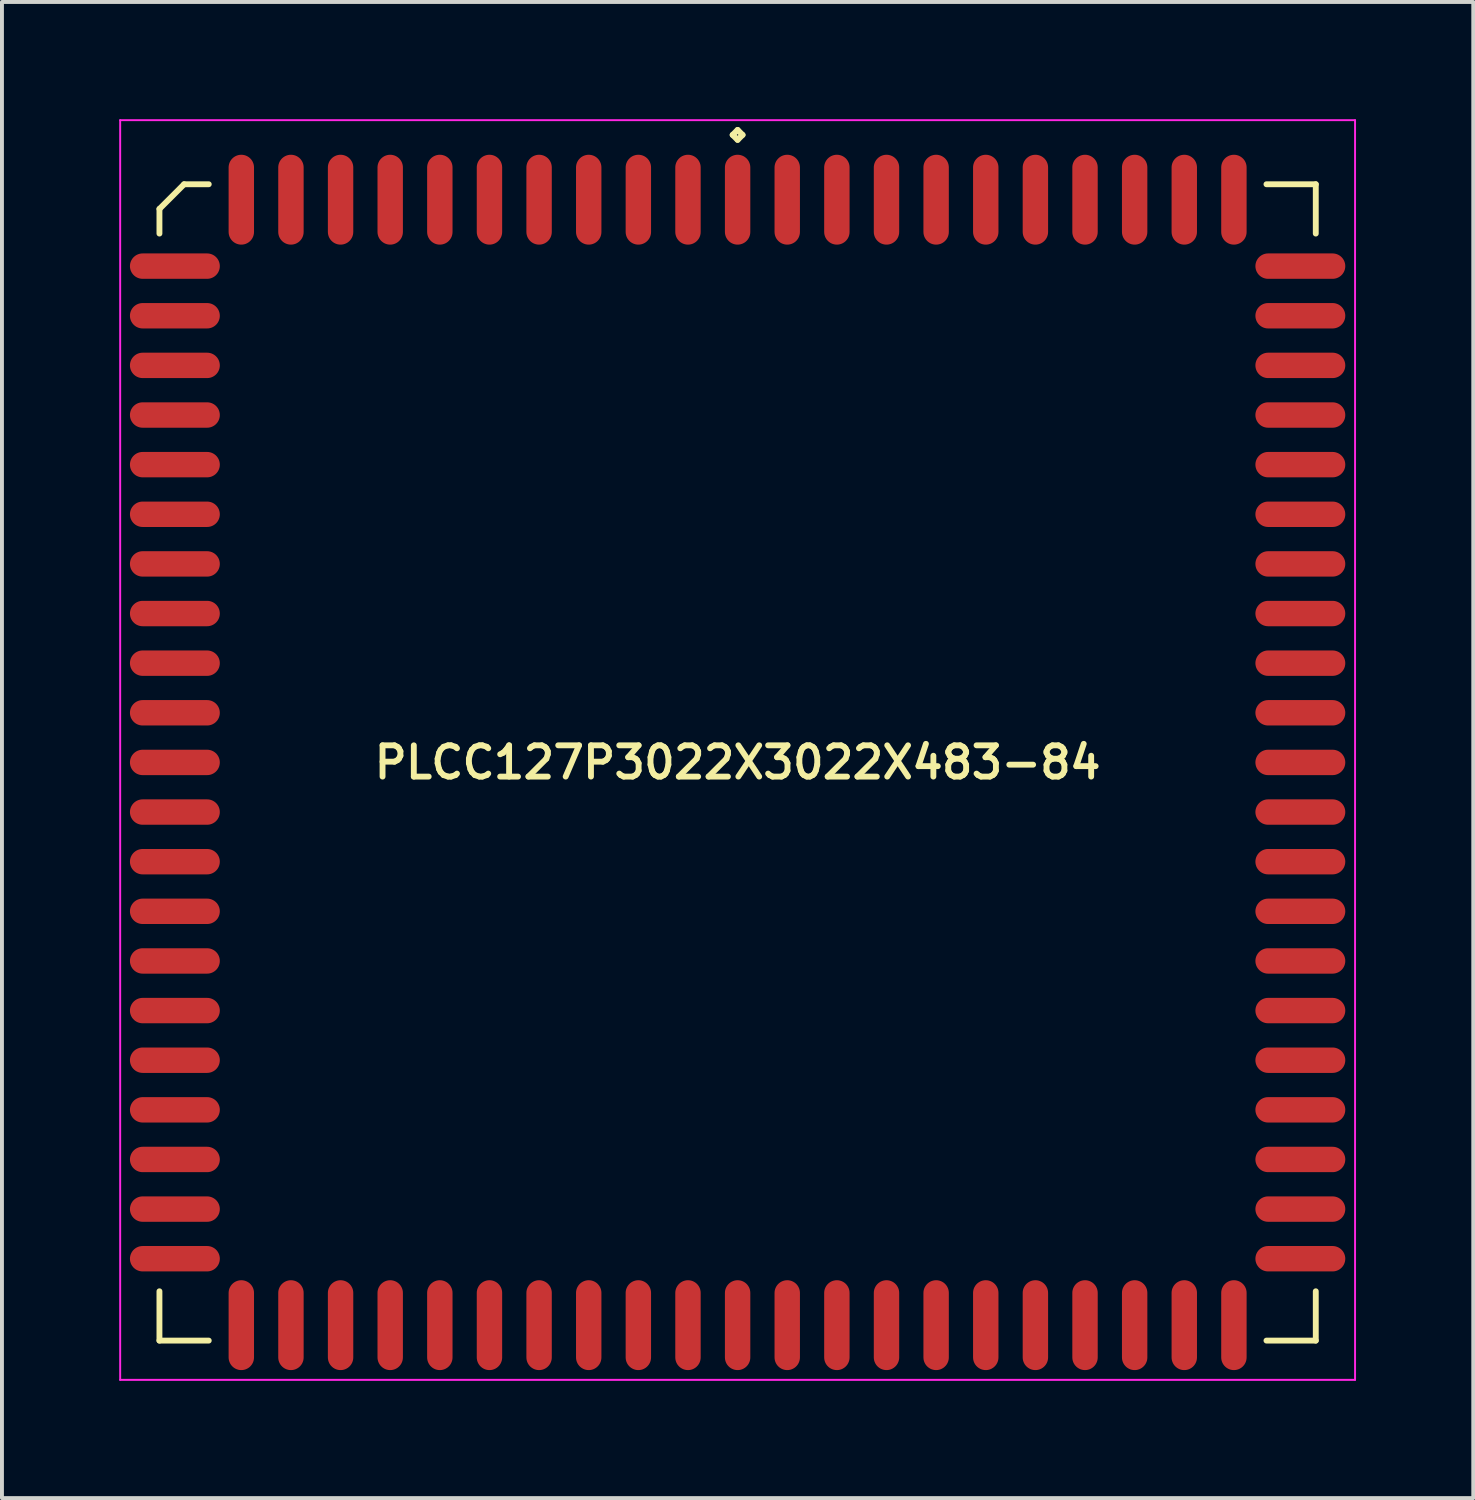
<source format=kicad_pcb>
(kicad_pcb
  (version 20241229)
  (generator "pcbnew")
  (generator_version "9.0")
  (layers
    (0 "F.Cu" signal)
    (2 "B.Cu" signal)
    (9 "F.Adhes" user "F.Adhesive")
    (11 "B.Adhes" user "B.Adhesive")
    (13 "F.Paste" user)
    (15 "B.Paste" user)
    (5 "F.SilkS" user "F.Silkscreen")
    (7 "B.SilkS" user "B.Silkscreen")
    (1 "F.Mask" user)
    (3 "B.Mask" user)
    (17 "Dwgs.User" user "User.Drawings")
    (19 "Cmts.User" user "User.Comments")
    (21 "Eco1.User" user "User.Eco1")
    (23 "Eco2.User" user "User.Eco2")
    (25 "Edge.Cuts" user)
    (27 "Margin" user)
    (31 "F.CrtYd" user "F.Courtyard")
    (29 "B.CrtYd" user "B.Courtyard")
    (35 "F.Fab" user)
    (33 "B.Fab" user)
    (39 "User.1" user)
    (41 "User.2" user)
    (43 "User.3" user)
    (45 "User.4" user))
  (footprint "PLCC127P3022X3022X483-84"
    (layer "F.Cu")
    (at 15.825 16.46)
    (property "Reference" "PLCC127P3022X3022X483-84" (at 0 0 0) (layer "F.SilkS") (effects (font (size 0.8 0.8) (thickness 0.15))))
    (attr smd)
    (fp_line (start -14.795 -14.164) (end -14.164 -14.795) (stroke (width 0.15) (type solid)) (layer "F.SilkS"))
    (fp_line (start -14.795 -13.533) (end -14.795 -14.164) (stroke (width 0.15) (type solid)) (layer "F.SilkS"))
    (fp_line (start -14.795 13.533) (end -14.795 14.795) (stroke (width 0.15) (type solid)) (layer "F.SilkS"))
    (fp_line (start -14.795 14.795) (end -13.533 14.795) (stroke (width 0.15) (type solid)) (layer "F.SilkS"))
    (fp_line (start -14.164 -14.795) (end -13.533 -14.795) (stroke (width 0.15) (type solid)) (layer "F.SilkS"))
    (fp_line (start -0.127 -16.058) (end 0 -16.185) (stroke (width 0.15) (type solid)) (layer "F.SilkS"))
    (fp_line (start 0 -16.185) (end 0.127 -16.058) (stroke (width 0.15) (type solid)) (layer "F.SilkS"))
    (fp_line (start 0 -15.931) (end -0.127 -16.058) (stroke (width 0.15) (type solid)) (layer "F.SilkS"))
    (fp_line (start 0.127 -16.058) (end 0 -15.931) (stroke (width 0.15) (type solid)) (layer "F.SilkS"))
    (fp_line (start 14.795 -14.795) (end 13.533 -14.795) (stroke (width 0.15) (type solid)) (layer "F.SilkS"))
    (fp_line (start 14.795 -13.533) (end 14.795 -14.795) (stroke (width 0.15) (type solid)) (layer "F.SilkS"))
    (fp_line (start 14.795 13.533) (end 14.795 14.795) (stroke (width 0.15) (type solid)) (layer "F.SilkS"))
    (fp_line (start 14.795 14.795) (end 13.533 14.795) (stroke (width 0.15) (type solid)) (layer "F.SilkS"))
    (fp_line (start -15.8 -16.435) (end 15.8 -16.435) (stroke (width 0.05) (type solid)) (layer "F.CrtYd"))
    (fp_line (start -15.8 15.8) (end -15.8 -16.435) (stroke (width 0.05) (type solid)) (layer "F.CrtYd"))
    (fp_line (start 15.8 -16.435) (end 15.8 15.8) (stroke (width 0.05) (type solid)) (layer "F.CrtYd"))
    (fp_line (start 15.8 15.8) (end -15.8 15.8) (stroke (width 0.05) (type solid)) (layer "F.CrtYd"))
    (pad "1" smd oval (at 0 -14.4) (size 0.65 2.3) (layers "F.Cu" "F.Mask" "F.Paste"))
    (pad "2" smd oval (at -1.27 -14.4) (size 0.65 2.3) (layers "F.Cu" "F.Mask" "F.Paste"))
    (pad "3" smd oval (at -2.54 -14.4) (size 0.65 2.3) (layers "F.Cu" "F.Mask" "F.Paste"))
    (pad "4" smd oval (at -3.81 -14.4) (size 0.65 2.3) (layers "F.Cu" "F.Mask" "F.Paste"))
    (pad "5" smd oval (at -5.08 -14.4) (size 0.65 2.3) (layers "F.Cu" "F.Mask" "F.Paste"))
    (pad "6" smd oval (at -6.35 -14.4) (size 0.65 2.3) (layers "F.Cu" "F.Mask" "F.Paste"))
    (pad "7" smd oval (at -7.62 -14.4) (size 0.65 2.3) (layers "F.Cu" "F.Mask" "F.Paste"))
    (pad "8" smd oval (at -8.89 -14.4) (size 0.65 2.3) (layers "F.Cu" "F.Mask" "F.Paste"))
    (pad "9" smd oval (at -10.16 -14.4) (size 0.65 2.3) (layers "F.Cu" "F.Mask" "F.Paste"))
    (pad "10" smd oval (at -11.43 -14.4) (size 0.65 2.3) (layers "F.Cu" "F.Mask" "F.Paste"))
    (pad "11" smd oval (at -12.7 -14.4) (size 0.65 2.3) (layers "F.Cu" "F.Mask" "F.Paste"))
    (pad "12" smd oval (at -14.4 -12.7) (size 2.3 0.65) (layers "F.Cu" "F.Mask" "F.Paste"))
    (pad "13" smd oval (at -14.4 -11.43) (size 2.3 0.65) (layers "F.Cu" "F.Mask" "F.Paste"))
    (pad "14" smd oval (at -14.4 -10.16) (size 2.3 0.65) (layers "F.Cu" "F.Mask" "F.Paste"))
    (pad "15" smd oval (at -14.4 -8.89) (size 2.3 0.65) (layers "F.Cu" "F.Mask" "F.Paste"))
    (pad "16" smd oval (at -14.4 -7.62) (size 2.3 0.65) (layers "F.Cu" "F.Mask" "F.Paste"))
    (pad "17" smd oval (at -14.4 -6.35) (size 2.3 0.65) (layers "F.Cu" "F.Mask" "F.Paste"))
    (pad "18" smd oval (at -14.4 -5.08) (size 2.3 0.65) (layers "F.Cu" "F.Mask" "F.Paste"))
    (pad "19" smd oval (at -14.4 -3.81) (size 2.3 0.65) (layers "F.Cu" "F.Mask" "F.Paste"))
    (pad "20" smd oval (at -14.4 -2.54) (size 2.3 0.65) (layers "F.Cu" "F.Mask" "F.Paste"))
    (pad "21" smd oval (at -14.4 -1.27) (size 2.3 0.65) (layers "F.Cu" "F.Mask" "F.Paste"))
    (pad "22" smd oval (at -14.4 0) (size 2.3 0.65) (layers "F.Cu" "F.Mask" "F.Paste"))
    (pad "23" smd oval (at -14.4 1.27) (size 2.3 0.65) (layers "F.Cu" "F.Mask" "F.Paste"))
    (pad "24" smd oval (at -14.4 2.54) (size 2.3 0.65) (layers "F.Cu" "F.Mask" "F.Paste"))
    (pad "25" smd oval (at -14.4 3.81) (size 2.3 0.65) (layers "F.Cu" "F.Mask" "F.Paste"))
    (pad "26" smd oval (at -14.4 5.08) (size 2.3 0.65) (layers "F.Cu" "F.Mask" "F.Paste"))
    (pad "27" smd oval (at -14.4 6.35) (size 2.3 0.65) (layers "F.Cu" "F.Mask" "F.Paste"))
    (pad "28" smd oval (at -14.4 7.62) (size 2.3 0.65) (layers "F.Cu" "F.Mask" "F.Paste"))
    (pad "29" smd oval (at -14.4 8.89) (size 2.3 0.65) (layers "F.Cu" "F.Mask" "F.Paste"))
    (pad "30" smd oval (at -14.4 10.16) (size 2.3 0.65) (layers "F.Cu" "F.Mask" "F.Paste"))
    (pad "31" smd oval (at -14.4 11.43) (size 2.3 0.65) (layers "F.Cu" "F.Mask" "F.Paste"))
    (pad "32" smd oval (at -14.4 12.7) (size 2.3 0.65) (layers "F.Cu" "F.Mask" "F.Paste"))
    (pad "33" smd oval (at -12.7 14.4) (size 0.65 2.3) (layers "F.Cu" "F.Mask" "F.Paste"))
    (pad "34" smd oval (at -11.43 14.4) (size 0.65 2.3) (layers "F.Cu" "F.Mask" "F.Paste"))
    (pad "35" smd oval (at -10.16 14.4) (size 0.65 2.3) (layers "F.Cu" "F.Mask" "F.Paste"))
    (pad "36" smd oval (at -8.89 14.4) (size 0.65 2.3) (layers "F.Cu" "F.Mask" "F.Paste"))
    (pad "37" smd oval (at -7.62 14.4) (size 0.65 2.3) (layers "F.Cu" "F.Mask" "F.Paste"))
    (pad "38" smd oval (at -6.35 14.4) (size 0.65 2.3) (layers "F.Cu" "F.Mask" "F.Paste"))
    (pad "39" smd oval (at -5.08 14.4) (size 0.65 2.3) (layers "F.Cu" "F.Mask" "F.Paste"))
    (pad "40" smd oval (at -3.81 14.4) (size 0.65 2.3) (layers "F.Cu" "F.Mask" "F.Paste"))
    (pad "41" smd oval (at -2.54 14.4) (size 0.65 2.3) (layers "F.Cu" "F.Mask" "F.Paste"))
    (pad "42" smd oval (at -1.27 14.4) (size 0.65 2.3) (layers "F.Cu" "F.Mask" "F.Paste"))
    (pad "43" smd oval (at 0 14.4) (size 0.65 2.3) (layers "F.Cu" "F.Mask" "F.Paste"))
    (pad "44" smd oval (at 1.27 14.4) (size 0.65 2.3) (layers "F.Cu" "F.Mask" "F.Paste"))
    (pad "45" smd oval (at 2.54 14.4) (size 0.65 2.3) (layers "F.Cu" "F.Mask" "F.Paste"))
    (pad "46" smd oval (at 3.81 14.4) (size 0.65 2.3) (layers "F.Cu" "F.Mask" "F.Paste"))
    (pad "47" smd oval (at 5.08 14.4) (size 0.65 2.3) (layers "F.Cu" "F.Mask" "F.Paste"))
    (pad "48" smd oval (at 6.35 14.4) (size 0.65 2.3) (layers "F.Cu" "F.Mask" "F.Paste"))
    (pad "49" smd oval (at 7.62 14.4) (size 0.65 2.3) (layers "F.Cu" "F.Mask" "F.Paste"))
    (pad "50" smd oval (at 8.89 14.4) (size 0.65 2.3) (layers "F.Cu" "F.Mask" "F.Paste"))
    (pad "51" smd oval (at 10.16 14.4) (size 0.65 2.3) (layers "F.Cu" "F.Mask" "F.Paste"))
    (pad "52" smd oval (at 11.43 14.4) (size 0.65 2.3) (layers "F.Cu" "F.Mask" "F.Paste"))
    (pad "53" smd oval (at 12.7 14.4) (size 0.65 2.3) (layers "F.Cu" "F.Mask" "F.Paste"))
    (pad "54" smd oval (at 14.4 12.7) (size 2.3 0.65) (layers "F.Cu" "F.Mask" "F.Paste"))
    (pad "55" smd oval (at 14.4 11.43) (size 2.3 0.65) (layers "F.Cu" "F.Mask" "F.Paste"))
    (pad "56" smd oval (at 14.4 10.16) (size 2.3 0.65) (layers "F.Cu" "F.Mask" "F.Paste"))
    (pad "57" smd oval (at 14.4 8.89) (size 2.3 0.65) (layers "F.Cu" "F.Mask" "F.Paste"))
    (pad "58" smd oval (at 14.4 7.62) (size 2.3 0.65) (layers "F.Cu" "F.Mask" "F.Paste"))
    (pad "59" smd oval (at 14.4 6.35) (size 2.3 0.65) (layers "F.Cu" "F.Mask" "F.Paste"))
    (pad "60" smd oval (at 14.4 5.08) (size 2.3 0.65) (layers "F.Cu" "F.Mask" "F.Paste"))
    (pad "61" smd oval (at 14.4 3.81) (size 2.3 0.65) (layers "F.Cu" "F.Mask" "F.Paste"))
    (pad "62" smd oval (at 14.4 2.54) (size 2.3 0.65) (layers "F.Cu" "F.Mask" "F.Paste"))
    (pad "63" smd oval (at 14.4 1.27) (size 2.3 0.65) (layers "F.Cu" "F.Mask" "F.Paste"))
    (pad "64" smd oval (at 14.4 0) (size 2.3 0.65) (layers "F.Cu" "F.Mask" "F.Paste"))
    (pad "65" smd oval (at 14.4 -1.27) (size 2.3 0.65) (layers "F.Cu" "F.Mask" "F.Paste"))
    (pad "66" smd oval (at 14.4 -2.54) (size 2.3 0.65) (layers "F.Cu" "F.Mask" "F.Paste"))
    (pad "67" smd oval (at 14.4 -3.81) (size 2.3 0.65) (layers "F.Cu" "F.Mask" "F.Paste"))
    (pad "68" smd oval (at 14.4 -5.08) (size 2.3 0.65) (layers "F.Cu" "F.Mask" "F.Paste"))
    (pad "69" smd oval (at 14.4 -6.35) (size 2.3 0.65) (layers "F.Cu" "F.Mask" "F.Paste"))
    (pad "70" smd oval (at 14.4 -7.62) (size 2.3 0.65) (layers "F.Cu" "F.Mask" "F.Paste"))
    (pad "71" smd oval (at 14.4 -8.89) (size 2.3 0.65) (layers "F.Cu" "F.Mask" "F.Paste"))
    (pad "72" smd oval (at 14.4 -10.16) (size 2.3 0.65) (layers "F.Cu" "F.Mask" "F.Paste"))
    (pad "73" smd oval (at 14.4 -11.43) (size 2.3 0.65) (layers "F.Cu" "F.Mask" "F.Paste"))
    (pad "74" smd oval (at 14.4 -12.7) (size 2.3 0.65) (layers "F.Cu" "F.Mask" "F.Paste"))
    (pad "75" smd oval (at 12.7 -14.4) (size 0.65 2.3) (layers "F.Cu" "F.Mask" "F.Paste"))
    (pad "76" smd oval (at 11.43 -14.4) (size 0.65 2.3) (layers "F.Cu" "F.Mask" "F.Paste"))
    (pad "77" smd oval (at 10.16 -14.4) (size 0.65 2.3) (layers "F.Cu" "F.Mask" "F.Paste"))
    (pad "78" smd oval (at 8.89 -14.4) (size 0.65 2.3) (layers "F.Cu" "F.Mask" "F.Paste"))
    (pad "79" smd oval (at 7.62 -14.4) (size 0.65 2.3) (layers "F.Cu" "F.Mask" "F.Paste"))
    (pad "80" smd oval (at 6.35 -14.4) (size 0.65 2.3) (layers "F.Cu" "F.Mask" "F.Paste"))
    (pad "81" smd oval (at 5.08 -14.4) (size 0.65 2.3) (layers "F.Cu" "F.Mask" "F.Paste"))
    (pad "82" smd oval (at 3.81 -14.4) (size 0.65 2.3) (layers "F.Cu" "F.Mask" "F.Paste"))
    (pad "83" smd oval (at 2.54 -14.4) (size 0.65 2.3) (layers "F.Cu" "F.Mask" "F.Paste"))
    (pad "84" smd oval (at 1.27 -14.4) (size 0.65 2.3) (layers "F.Cu" "F.Mask" "F.Paste")))
  (gr_rect
    (start -3 -3)
    (end 34.65 35.285)
    (stroke (width 0.1) (type default))
    (fill no)
    (layer "Edge.Cuts")))
</source>
